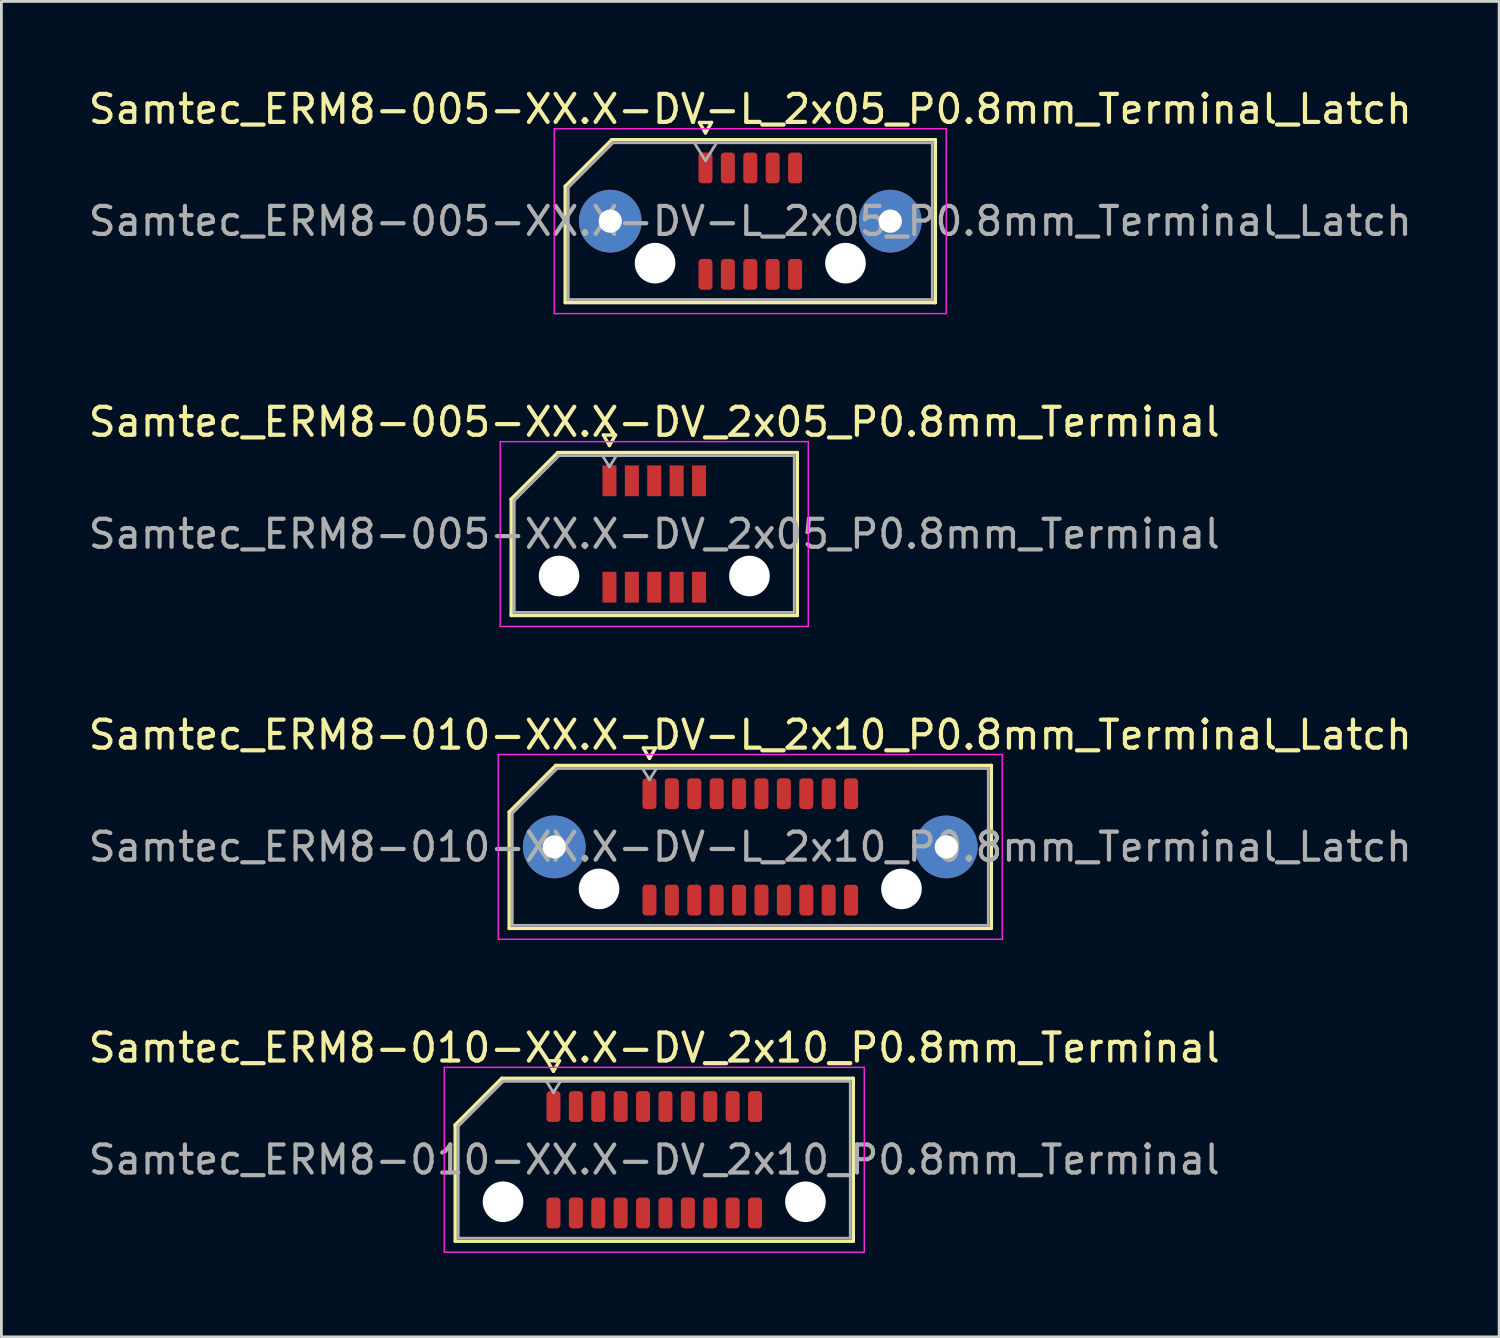
<source format=kicad_pcb>
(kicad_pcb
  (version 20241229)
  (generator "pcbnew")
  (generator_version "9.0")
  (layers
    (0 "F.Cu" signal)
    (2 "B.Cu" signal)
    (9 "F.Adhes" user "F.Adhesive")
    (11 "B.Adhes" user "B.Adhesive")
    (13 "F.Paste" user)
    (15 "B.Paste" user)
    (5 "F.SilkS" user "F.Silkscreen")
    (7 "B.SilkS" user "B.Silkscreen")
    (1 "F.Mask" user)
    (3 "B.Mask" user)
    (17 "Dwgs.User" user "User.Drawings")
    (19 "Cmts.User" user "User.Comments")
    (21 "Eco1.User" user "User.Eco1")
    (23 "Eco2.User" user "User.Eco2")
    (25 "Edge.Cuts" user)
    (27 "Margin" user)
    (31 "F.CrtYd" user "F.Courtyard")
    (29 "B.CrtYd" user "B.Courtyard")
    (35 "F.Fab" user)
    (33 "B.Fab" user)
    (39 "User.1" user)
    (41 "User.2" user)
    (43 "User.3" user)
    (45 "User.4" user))
  (footprint "Samtec_ERM8-010-XX.X-DV_2x10_P0.8mm_Terminal"
    (layer "F.Cu")
    (at 20.315 38.368)
    (property "Reference" "Samtec_ERM8-010-XX.X-DV_2x10_P0.8mm_Terminal" (at 0 -4 0) (layer "F.SilkS") (effects (font (size 1 1) (thickness 0.15))))
    (attr smd)
    (fp_line (start -7.11 -1.246) (end -5.446 -2.91) (stroke (width 0.12) (type solid)) (layer "F.SilkS"))
    (fp_line (start -7.11 2.91) (end -7.11 -1.246) (stroke (width 0.12) (type solid)) (layer "F.SilkS"))
    (fp_line (start -5.446 -2.91) (end 7.11 -2.91) (stroke (width 0.12) (type solid)) (layer "F.SilkS"))
    (fp_line (start -3.817 -3.535) (end -3.6 -3.16) (stroke (width 0.12) (type solid)) (layer "F.SilkS"))
    (fp_line (start -3.6 -3.16) (end -3.383 -3.535) (stroke (width 0.12) (type solid)) (layer "F.SilkS"))
    (fp_line (start -3.383 -3.535) (end -3.817 -3.535) (stroke (width 0.12) (type solid)) (layer "F.SilkS"))
    (fp_line (start 7.11 -2.91) (end 7.11 2.91) (stroke (width 0.12) (type solid)) (layer "F.SilkS"))
    (fp_line (start 7.11 2.91) (end -7.11 2.91) (stroke (width 0.12) (type solid)) (layer "F.SilkS"))
    (fp_line (start -7.5 -3.3) (end -7.5 3.3) (stroke (width 0.05) (type solid)) (layer "F.CrtYd"))
    (fp_line (start -7.5 3.3) (end 7.5 3.3) (stroke (width 0.05) (type solid)) (layer "F.CrtYd"))
    (fp_line (start 7.5 -3.3) (end -7.5 -3.3) (stroke (width 0.05) (type solid)) (layer "F.CrtYd"))
    (fp_line (start 7.5 3.3) (end 7.5 -3.3) (stroke (width 0.05) (type solid)) (layer "F.CrtYd"))
    (fp_line (start -7 -1.2) (end -5.4 -2.8) (stroke (width 0.1) (type solid)) (layer "F.Fab"))
    (fp_line (start -7 2.8) (end -7 -1.2) (stroke (width 0.1) (type solid)) (layer "F.Fab"))
    (fp_line (start -5.4 -2.8) (end 7 -2.8) (stroke (width 0.1) (type solid)) (layer "F.Fab"))
    (fp_line (start -3.6 -2.4) (end -3.85 -2.8) (stroke (width 0.1) (type solid)) (layer "F.Fab"))
    (fp_line (start -3.6 -2.4) (end -3.35 -2.8) (stroke (width 0.1) (type solid)) (layer "F.Fab"))
    (fp_line (start 7 -2.8) (end 7 2.8) (stroke (width 0.1) (type solid)) (layer "F.Fab"))
    (fp_line (start 7 2.8) (end -7 2.8) (stroke (width 0.1) (type solid)) (layer "F.Fab"))
    (fp_text user "${REFERENCE}" (at 0 0 0) (layer "F.Fab") (effects (font (size 1 1) (thickness 0.15))))
    (pad "" np_thru_hole circle (at -5.4 1.5) (size 1.45 1.45) (drill 1.45) (layers "*.Cu" "*.Mask"))
    (pad "" np_thru_hole circle (at 5.4 1.5) (size 1.45 1.45) (drill 1.45) (layers "*.Cu" "*.Mask"))
    (pad "1" smd roundrect (at -3.6 -1.9) (size 0.5 1.1) (layers "F.Cu" "F.Mask" "F.Paste") (roundrect_rratio 0.25))
    (pad "2" smd roundrect (at -3.6 1.9) (size 0.5 1.1) (layers "F.Cu" "F.Mask" "F.Paste") (roundrect_rratio 0.25))
    (pad "3" smd roundrect (at -2.8 -1.9) (size 0.5 1.1) (layers "F.Cu" "F.Mask" "F.Paste") (roundrect_rratio 0.25))
    (pad "4" smd roundrect (at -2.8 1.9) (size 0.5 1.1) (layers "F.Cu" "F.Mask" "F.Paste") (roundrect_rratio 0.25))
    (pad "5" smd roundrect (at -2 -1.9) (size 0.5 1.1) (layers "F.Cu" "F.Mask" "F.Paste") (roundrect_rratio 0.25))
    (pad "6" smd roundrect (at -2 1.9) (size 0.5 1.1) (layers "F.Cu" "F.Mask" "F.Paste") (roundrect_rratio 0.25))
    (pad "7" smd roundrect (at -1.2 -1.9) (size 0.5 1.1) (layers "F.Cu" "F.Mask" "F.Paste") (roundrect_rratio 0.25))
    (pad "8" smd roundrect (at -1.2 1.9) (size 0.5 1.1) (layers "F.Cu" "F.Mask" "F.Paste") (roundrect_rratio 0.25))
    (pad "9" smd roundrect (at -0.4 -1.9) (size 0.5 1.1) (layers "F.Cu" "F.Mask" "F.Paste") (roundrect_rratio 0.25))
    (pad "10" smd roundrect (at -0.4 1.9) (size 0.5 1.1) (layers "F.Cu" "F.Mask" "F.Paste") (roundrect_rratio 0.25))
    (pad "11" smd roundrect (at 0.4 -1.9) (size 0.5 1.1) (layers "F.Cu" "F.Mask" "F.Paste") (roundrect_rratio 0.25))
    (pad "12" smd roundrect (at 0.4 1.9) (size 0.5 1.1) (layers "F.Cu" "F.Mask" "F.Paste") (roundrect_rratio 0.25))
    (pad "13" smd roundrect (at 1.2 -1.9) (size 0.5 1.1) (layers "F.Cu" "F.Mask" "F.Paste") (roundrect_rratio 0.25))
    (pad "14" smd roundrect (at 1.2 1.9) (size 0.5 1.1) (layers "F.Cu" "F.Mask" "F.Paste") (roundrect_rratio 0.25))
    (pad "15" smd roundrect (at 2 -1.9) (size 0.5 1.1) (layers "F.Cu" "F.Mask" "F.Paste") (roundrect_rratio 0.25))
    (pad "16" smd roundrect (at 2 1.9) (size 0.5 1.1) (layers "F.Cu" "F.Mask" "F.Paste") (roundrect_rratio 0.25))
    (pad "17" smd roundrect (at 2.8 -1.9) (size 0.5 1.1) (layers "F.Cu" "F.Mask" "F.Paste") (roundrect_rratio 0.25))
    (pad "18" smd roundrect (at 2.8 1.9) (size 0.5 1.1) (layers "F.Cu" "F.Mask" "F.Paste") (roundrect_rratio 0.25))
    (pad "19" smd roundrect (at 3.6 -1.9) (size 0.5 1.1) (layers "F.Cu" "F.Mask" "F.Paste") (roundrect_rratio 0.25))
    (pad "20" smd roundrect (at 3.6 1.9) (size 0.5 1.1) (layers "F.Cu" "F.Mask" "F.Paste") (roundrect_rratio 0.25)))
  (footprint "Samtec_ERM8-010-XX.X-DV-L_2x10_P0.8mm_Terminal_Latch"
    (layer "F.Cu")
    (at 23.744 27.195)
    (property "Reference" "Samtec_ERM8-010-XX.X-DV-L_2x10_P0.8mm_Terminal_Latch" (at 0 -4 0) (layer "F.SilkS") (effects (font (size 1 1) (thickness 0.15))))
    (attr smd)
    (fp_line (start -8.61 -1.246) (end -6.946 -2.91) (stroke (width 0.12) (type solid)) (layer "F.SilkS"))
    (fp_line (start -8.61 2.91) (end -8.61 -1.246) (stroke (width 0.12) (type solid)) (layer "F.SilkS"))
    (fp_line (start -6.946 -2.91) (end 8.61 -2.91) (stroke (width 0.12) (type solid)) (layer "F.SilkS"))
    (fp_line (start -3.817 -3.535) (end -3.6 -3.16) (stroke (width 0.12) (type solid)) (layer "F.SilkS"))
    (fp_line (start -3.6 -3.16) (end -3.383 -3.535) (stroke (width 0.12) (type solid)) (layer "F.SilkS"))
    (fp_line (start -3.383 -3.535) (end -3.817 -3.535) (stroke (width 0.12) (type solid)) (layer "F.SilkS"))
    (fp_line (start 8.61 -2.91) (end 8.61 2.91) (stroke (width 0.12) (type solid)) (layer "F.SilkS"))
    (fp_line (start 8.61 2.91) (end -8.61 2.91) (stroke (width 0.12) (type solid)) (layer "F.SilkS"))
    (fp_line (start -9 -3.3) (end -9 3.3) (stroke (width 0.05) (type solid)) (layer "F.CrtYd"))
    (fp_line (start -9 3.3) (end 9 3.3) (stroke (width 0.05) (type solid)) (layer "F.CrtYd"))
    (fp_line (start 9 -3.3) (end -9 -3.3) (stroke (width 0.05) (type solid)) (layer "F.CrtYd"))
    (fp_line (start 9 3.3) (end 9 -3.3) (stroke (width 0.05) (type solid)) (layer "F.CrtYd"))
    (fp_line (start -8.5 -1.2) (end -6.9 -2.8) (stroke (width 0.1) (type solid)) (layer "F.Fab"))
    (fp_line (start -8.5 2.8) (end -8.5 -1.2) (stroke (width 0.1) (type solid)) (layer "F.Fab"))
    (fp_line (start -6.9 -2.8) (end 8.5 -2.8) (stroke (width 0.1) (type solid)) (layer "F.Fab"))
    (fp_line (start -3.6 -2.4) (end -3.85 -2.8) (stroke (width 0.1) (type solid)) (layer "F.Fab"))
    (fp_line (start -3.6 -2.4) (end -3.35 -2.8) (stroke (width 0.1) (type solid)) (layer "F.Fab"))
    (fp_line (start 8.5 -2.8) (end 8.5 2.8) (stroke (width 0.1) (type solid)) (layer "F.Fab"))
    (fp_line (start 8.5 2.8) (end -8.5 2.8) (stroke (width 0.1) (type solid)) (layer "F.Fab"))
    (fp_text user "${REFERENCE}" (at 0 0 0) (layer "F.Fab") (effects (font (size 1 1) (thickness 0.15))))
    (pad "" thru_hole circle (at -7 0) (size 2.24 2.24) (drill 0.83) (layers "*.Cu" "*.Mask" "F.Paste"))
    (pad "" np_thru_hole circle (at -5.4 1.5) (size 1.45 1.45) (drill 1.45) (layers "*.Cu" "*.Mask"))
    (pad "" np_thru_hole circle (at 5.4 1.5) (size 1.45 1.45) (drill 1.45) (layers "*.Cu" "*.Mask"))
    (pad "" thru_hole circle (at 7 0) (size 2.24 2.24) (drill 0.83) (layers "*.Cu" "*.Mask" "F.Paste"))
    (pad "1" smd roundrect (at -3.6 -1.9) (size 0.5 1.1) (layers "F.Cu" "F.Mask" "F.Paste") (roundrect_rratio 0.25))
    (pad "2" smd roundrect (at -3.6 1.9) (size 0.5 1.1) (layers "F.Cu" "F.Mask" "F.Paste") (roundrect_rratio 0.25))
    (pad "3" smd roundrect (at -2.8 -1.9) (size 0.5 1.1) (layers "F.Cu" "F.Mask" "F.Paste") (roundrect_rratio 0.25))
    (pad "4" smd roundrect (at -2.8 1.9) (size 0.5 1.1) (layers "F.Cu" "F.Mask" "F.Paste") (roundrect_rratio 0.25))
    (pad "5" smd roundrect (at -2 -1.9) (size 0.5 1.1) (layers "F.Cu" "F.Mask" "F.Paste") (roundrect_rratio 0.25))
    (pad "6" smd roundrect (at -2 1.9) (size 0.5 1.1) (layers "F.Cu" "F.Mask" "F.Paste") (roundrect_rratio 0.25))
    (pad "7" smd roundrect (at -1.2 -1.9) (size 0.5 1.1) (layers "F.Cu" "F.Mask" "F.Paste") (roundrect_rratio 0.25))
    (pad "8" smd roundrect (at -1.2 1.9) (size 0.5 1.1) (layers "F.Cu" "F.Mask" "F.Paste") (roundrect_rratio 0.25))
    (pad "9" smd roundrect (at -0.4 -1.9) (size 0.5 1.1) (layers "F.Cu" "F.Mask" "F.Paste") (roundrect_rratio 0.25))
    (pad "10" smd roundrect (at -0.4 1.9) (size 0.5 1.1) (layers "F.Cu" "F.Mask" "F.Paste") (roundrect_rratio 0.25))
    (pad "11" smd roundrect (at 0.4 -1.9) (size 0.5 1.1) (layers "F.Cu" "F.Mask" "F.Paste") (roundrect_rratio 0.25))
    (pad "12" smd roundrect (at 0.4 1.9) (size 0.5 1.1) (layers "F.Cu" "F.Mask" "F.Paste") (roundrect_rratio 0.25))
    (pad "13" smd roundrect (at 1.2 -1.9) (size 0.5 1.1) (layers "F.Cu" "F.Mask" "F.Paste") (roundrect_rratio 0.25))
    (pad "14" smd roundrect (at 1.2 1.9) (size 0.5 1.1) (layers "F.Cu" "F.Mask" "F.Paste") (roundrect_rratio 0.25))
    (pad "15" smd roundrect (at 2 -1.9) (size 0.5 1.1) (layers "F.Cu" "F.Mask" "F.Paste") (roundrect_rratio 0.25))
    (pad "16" smd roundrect (at 2 1.9) (size 0.5 1.1) (layers "F.Cu" "F.Mask" "F.Paste") (roundrect_rratio 0.25))
    (pad "17" smd roundrect (at 2.8 -1.9) (size 0.5 1.1) (layers "F.Cu" "F.Mask" "F.Paste") (roundrect_rratio 0.25))
    (pad "18" smd roundrect (at 2.8 1.9) (size 0.5 1.1) (layers "F.Cu" "F.Mask" "F.Paste") (roundrect_rratio 0.25))
    (pad "19" smd roundrect (at 3.6 -1.9) (size 0.5 1.1) (layers "F.Cu" "F.Mask" "F.Paste") (roundrect_rratio 0.25))
    (pad "20" smd roundrect (at 3.6 1.9) (size 0.5 1.1) (layers "F.Cu" "F.Mask" "F.Paste") (roundrect_rratio 0.25)))
  (footprint "Samtec_ERM8-005-XX.X-DV-L_2x05_P0.8mm_Terminal_Latch"
    (layer "F.Cu")
    (at 23.744 4.848)
    (property "Reference" "Samtec_ERM8-005-XX.X-DV-L_2x05_P0.8mm_Terminal_Latch" (at 0 -4 0) (layer "F.SilkS") (effects (font (size 1 1) (thickness 0.15))))
    (attr smd)
    (fp_line (start -6.61 -1.246) (end -4.946 -2.91) (stroke (width 0.12) (type solid)) (layer "F.SilkS"))
    (fp_line (start -6.61 2.91) (end -6.61 -1.246) (stroke (width 0.12) (type solid)) (layer "F.SilkS"))
    (fp_line (start -4.946 -2.91) (end 6.61 -2.91) (stroke (width 0.12) (type solid)) (layer "F.SilkS"))
    (fp_line (start -1.817 -3.525) (end -1.6 -3.15) (stroke (width 0.12) (type solid)) (layer "F.SilkS"))
    (fp_line (start -1.6 -3.15) (end -1.383 -3.525) (stroke (width 0.12) (type solid)) (layer "F.SilkS"))
    (fp_line (start -1.383 -3.525) (end -1.817 -3.525) (stroke (width 0.12) (type solid)) (layer "F.SilkS"))
    (fp_line (start 6.61 -2.91) (end 6.61 2.91) (stroke (width 0.12) (type solid)) (layer "F.SilkS"))
    (fp_line (start 6.61 2.91) (end -6.61 2.91) (stroke (width 0.12) (type solid)) (layer "F.SilkS"))
    (fp_line (start -7 -3.3) (end -7 3.3) (stroke (width 0.05) (type solid)) (layer "F.CrtYd"))
    (fp_line (start -7 3.3) (end 7 3.3) (stroke (width 0.05) (type solid)) (layer "F.CrtYd"))
    (fp_line (start 7 -3.3) (end -7 -3.3) (stroke (width 0.05) (type solid)) (layer "F.CrtYd"))
    (fp_line (start 7 3.3) (end 7 -3.3) (stroke (width 0.05) (type solid)) (layer "F.CrtYd"))
    (fp_line (start -6.5 -1.2) (end -4.9 -2.8) (stroke (width 0.1) (type solid)) (layer "F.Fab"))
    (fp_line (start -6.5 2.8) (end -6.5 -1.2) (stroke (width 0.1) (type solid)) (layer "F.Fab"))
    (fp_line (start -4.9 -2.8) (end 6.5 -2.8) (stroke (width 0.1) (type solid)) (layer "F.Fab"))
    (fp_line (start -2 -2.8) (end -1.6 -2.16) (stroke (width 0.1) (type solid)) (layer "F.Fab"))
    (fp_line (start -1.6 -2.16) (end -1.2 -2.8) (stroke (width 0.1) (type solid)) (layer "F.Fab"))
    (fp_line (start 6.5 -2.8) (end 6.5 2.8) (stroke (width 0.1) (type solid)) (layer "F.Fab"))
    (fp_line (start 6.5 2.8) (end -6.5 2.8) (stroke (width 0.1) (type solid)) (layer "F.Fab"))
    (fp_text user "${REFERENCE}" (at 0 0 0) (layer "F.Fab") (effects (font (size 1 1) (thickness 0.15))))
    (pad "" thru_hole circle (at -5 0) (size 2.24 2.24) (drill 0.83) (layers "*.Cu" "*.Mask" "F.Paste"))
    (pad "" np_thru_hole circle (at -3.4 1.5) (size 1.45 1.45) (drill 1.45) (layers "*.Cu" "*.Mask"))
    (pad "" np_thru_hole circle (at 3.4 1.5) (size 1.45 1.45) (drill 1.45) (layers "*.Cu" "*.Mask"))
    (pad "" thru_hole circle (at 5 0) (size 2.24 2.24) (drill 0.83) (layers "*.Cu" "*.Mask" "F.Paste"))
    (pad "1" smd roundrect (at -1.6 -1.9) (size 0.5 1.1) (layers "F.Cu" "F.Mask" "F.Paste") (roundrect_rratio 0.25))
    (pad "2" smd roundrect (at -1.6 1.9) (size 0.5 1.1) (layers "F.Cu" "F.Mask" "F.Paste") (roundrect_rratio 0.25))
    (pad "3" smd roundrect (at -0.8 -1.9) (size 0.5 1.1) (layers "F.Cu" "F.Mask" "F.Paste") (roundrect_rratio 0.25))
    (pad "4" smd roundrect (at -0.8 1.9) (size 0.5 1.1) (layers "F.Cu" "F.Mask" "F.Paste") (roundrect_rratio 0.25))
    (pad "5" smd roundrect (at 0 -1.9) (size 0.5 1.1) (layers "F.Cu" "F.Mask" "F.Paste") (roundrect_rratio 0.25))
    (pad "6" smd roundrect (at 0 1.9) (size 0.5 1.1) (layers "F.Cu" "F.Mask" "F.Paste") (roundrect_rratio 0.25))
    (pad "7" smd roundrect (at 0.8 -1.9) (size 0.5 1.1) (layers "F.Cu" "F.Mask" "F.Paste") (roundrect_rratio 0.25))
    (pad "8" smd roundrect (at 0.8 1.9) (size 0.5 1.1) (layers "F.Cu" "F.Mask" "F.Paste") (roundrect_rratio 0.25))
    (pad "9" smd roundrect (at 1.6 -1.9) (size 0.5 1.1) (layers "F.Cu" "F.Mask" "F.Paste") (roundrect_rratio 0.25))
    (pad "10" smd roundrect (at 1.6 1.9) (size 0.5 1.1) (layers "F.Cu" "F.Mask" "F.Paste") (roundrect_rratio 0.25)))
  (footprint "Samtec_ERM8-005-XX.X-DV_2x05_P0.8mm_Terminal"
    (layer "F.Cu")
    (at 20.315 16.021)
    (property "Reference" "Samtec_ERM8-005-XX.X-DV_2x05_P0.8mm_Terminal" (at 0 -4 0) (layer "F.SilkS") (effects (font (size 1 1) (thickness 0.15))))
    (attr smd)
    (fp_line (start -5.11 -1.246) (end -3.446 -2.91) (stroke (width 0.12) (type solid)) (layer "F.SilkS"))
    (fp_line (start -5.11 2.91) (end -5.11 -1.246) (stroke (width 0.12) (type solid)) (layer "F.SilkS"))
    (fp_line (start -3.446 -2.91) (end 5.11 -2.91) (stroke (width 0.12) (type solid)) (layer "F.SilkS"))
    (fp_line (start -1.817 -3.535) (end -1.6 -3.16) (stroke (width 0.12) (type solid)) (layer "F.SilkS"))
    (fp_line (start -1.6 -3.16) (end -1.383 -3.535) (stroke (width 0.12) (type solid)) (layer "F.SilkS"))
    (fp_line (start -1.383 -3.535) (end -1.817 -3.535) (stroke (width 0.12) (type solid)) (layer "F.SilkS"))
    (fp_line (start 5.11 -2.91) (end 5.11 2.91) (stroke (width 0.12) (type solid)) (layer "F.SilkS"))
    (fp_line (start 5.11 2.91) (end -5.11 2.91) (stroke (width 0.12) (type solid)) (layer "F.SilkS"))
    (fp_line (start -5.5 -3.3) (end -5.5 3.3) (stroke (width 0.05) (type solid)) (layer "F.CrtYd"))
    (fp_line (start -5.5 3.3) (end 5.5 3.3) (stroke (width 0.05) (type solid)) (layer "F.CrtYd"))
    (fp_line (start 5.5 -3.3) (end -5.5 -3.3) (stroke (width 0.05) (type solid)) (layer "F.CrtYd"))
    (fp_line (start 5.5 3.3) (end 5.5 -3.3) (stroke (width 0.05) (type solid)) (layer "F.CrtYd"))
    (fp_line (start -5 -1.2) (end -3.4 -2.8) (stroke (width 0.1) (type solid)) (layer "F.Fab"))
    (fp_line (start -5 2.8) (end -5 -1.2) (stroke (width 0.1) (type solid)) (layer "F.Fab"))
    (fp_line (start -3.4 -2.8) (end 5 -2.8) (stroke (width 0.1) (type solid)) (layer "F.Fab"))
    (fp_line (start -1.6 -2.4) (end -1.85 -2.8) (stroke (width 0.1) (type solid)) (layer "F.Fab"))
    (fp_line (start -1.6 -2.4) (end -1.35 -2.8) (stroke (width 0.1) (type solid)) (layer "F.Fab"))
    (fp_line (start 5 -2.8) (end 5 2.8) (stroke (width 0.1) (type solid)) (layer "F.Fab"))
    (fp_line (start 5 2.8) (end -5 2.8) (stroke (width 0.1) (type solid)) (layer "F.Fab"))
    (fp_text user "${REFERENCE}" (at 0 0 0) (layer "F.Fab") (effects (font (size 1 1) (thickness 0.15))))
    (pad "" np_thru_hole circle (at -3.4 1.5) (size 1.45 1.45) (drill 1.45) (layers "*.Cu" "*.Mask"))
    (pad "" np_thru_hole circle (at 3.4 1.5) (size 1.45 1.45) (drill 1.45) (layers "*.Cu" "*.Mask"))
    (pad "1" smd rect (at -1.6 -1.9) (size 0.5 1.1) (layers "F.Cu" "F.Mask" "F.Paste"))
    (pad "2" smd rect (at -1.6 1.9) (size 0.5 1.1) (layers "F.Cu" "F.Mask" "F.Paste"))
    (pad "3" smd rect (at -0.8 -1.9) (size 0.5 1.1) (layers "F.Cu" "F.Mask" "F.Paste"))
    (pad "4" smd rect (at -0.8 1.9) (size 0.5 1.1) (layers "F.Cu" "F.Mask" "F.Paste"))
    (pad "5" smd rect (at 0 -1.9) (size 0.5 1.1) (layers "F.Cu" "F.Mask" "F.Paste"))
    (pad "6" smd rect (at 0 1.9) (size 0.5 1.1) (layers "F.Cu" "F.Mask" "F.Paste"))
    (pad "7" smd rect (at 0.8 -1.9) (size 0.5 1.1) (layers "F.Cu" "F.Mask" "F.Paste"))
    (pad "8" smd rect (at 0.8 1.9) (size 0.5 1.1) (layers "F.Cu" "F.Mask" "F.Paste"))
    (pad "9" smd rect (at 1.6 -1.9) (size 0.5 1.1) (layers "F.Cu" "F.Mask" "F.Paste"))
    (pad "10" smd rect (at 1.6 1.9) (size 0.5 1.1) (layers "F.Cu" "F.Mask" "F.Paste")))
  (gr_rect
    (start -3 -3)
    (end 50.488 44.693)
    (stroke (width 0.1) (type default))
    (fill no)
    (layer "Edge.Cuts")))
</source>
